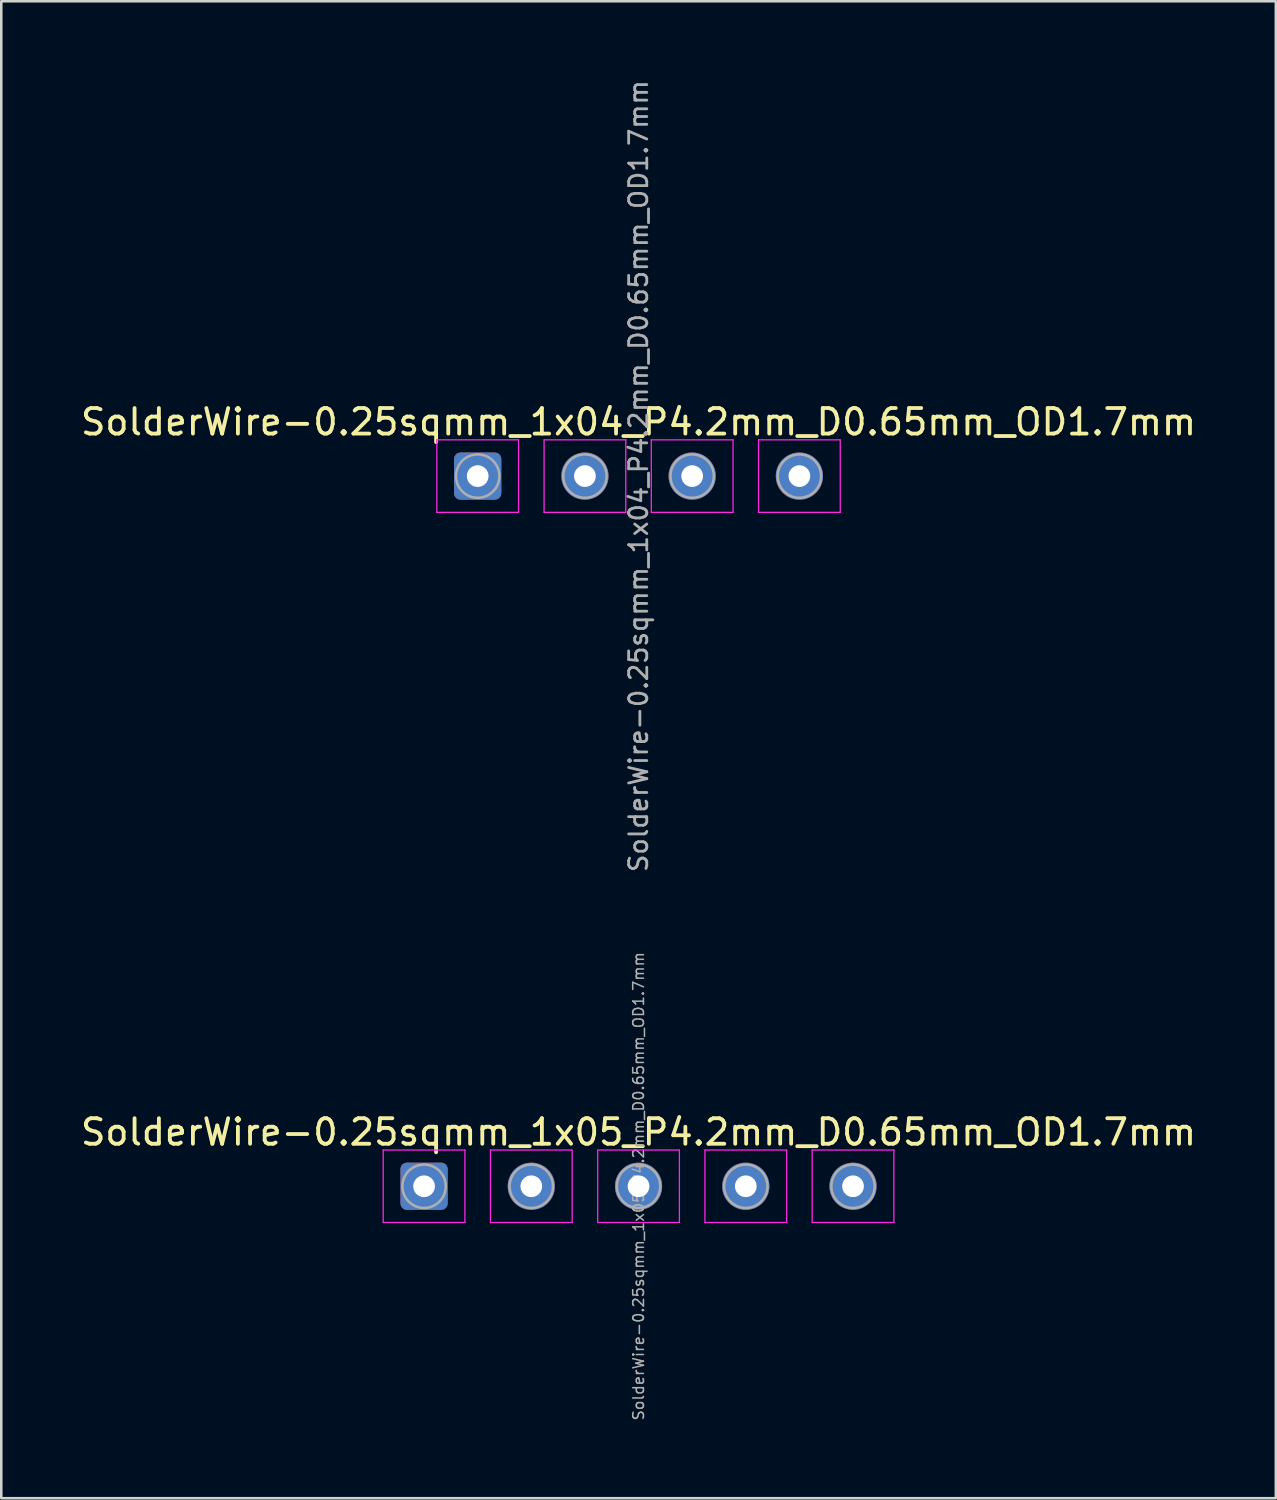
<source format=kicad_pcb>
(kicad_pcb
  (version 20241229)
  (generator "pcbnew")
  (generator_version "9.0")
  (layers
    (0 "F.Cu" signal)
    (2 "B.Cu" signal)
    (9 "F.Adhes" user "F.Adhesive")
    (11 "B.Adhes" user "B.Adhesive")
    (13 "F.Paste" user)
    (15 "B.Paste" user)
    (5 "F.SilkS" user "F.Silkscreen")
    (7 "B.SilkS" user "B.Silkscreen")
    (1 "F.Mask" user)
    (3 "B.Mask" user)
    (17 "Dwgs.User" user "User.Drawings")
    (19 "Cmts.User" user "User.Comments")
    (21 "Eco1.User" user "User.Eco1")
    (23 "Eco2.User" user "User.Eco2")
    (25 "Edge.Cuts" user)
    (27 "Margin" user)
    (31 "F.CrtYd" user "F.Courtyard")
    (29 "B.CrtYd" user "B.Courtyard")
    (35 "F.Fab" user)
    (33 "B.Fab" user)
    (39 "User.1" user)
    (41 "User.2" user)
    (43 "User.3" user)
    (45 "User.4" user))
  (footprint "SolderWire-0.25sqmm_1x04_P4.2mm_D0.65mm_OD1.7mm"
    (layer "F.Cu")
    (at 15.658 15.596)
    (property "Reference" "SolderWire-0.25sqmm_1x04_P4.2mm_D0.65mm_OD1.7mm" (at 6.3 -2.12 0) (layer "F.SilkS") (effects (font (size 1 1) (thickness 0.15))))
    (attr exclude_from_pos_files exclude_from_bom)
    (fp_line (start -1.6 -1.42) (end -1.6 1.42) (stroke (width 0.05) (type solid)) (layer "F.CrtYd"))
    (fp_line (start -1.6 1.42) (end 1.6 1.42) (stroke (width 0.05) (type solid)) (layer "F.CrtYd"))
    (fp_line (start 1.6 -1.42) (end -1.6 -1.42) (stroke (width 0.05) (type solid)) (layer "F.CrtYd"))
    (fp_line (start 1.6 1.42) (end 1.6 -1.42) (stroke (width 0.05) (type solid)) (layer "F.CrtYd"))
    (fp_line (start 2.6 -1.42) (end 2.6 1.42) (stroke (width 0.05) (type solid)) (layer "F.CrtYd"))
    (fp_line (start 2.6 1.42) (end 5.8 1.42) (stroke (width 0.05) (type solid)) (layer "F.CrtYd"))
    (fp_line (start 5.8 -1.42) (end 2.6 -1.42) (stroke (width 0.05) (type solid)) (layer "F.CrtYd"))
    (fp_line (start 5.8 1.42) (end 5.8 -1.42) (stroke (width 0.05) (type solid)) (layer "F.CrtYd"))
    (fp_line (start 6.8 -1.42) (end 6.8 1.42) (stroke (width 0.05) (type solid)) (layer "F.CrtYd"))
    (fp_line (start 6.8 1.42) (end 10 1.42) (stroke (width 0.05) (type solid)) (layer "F.CrtYd"))
    (fp_line (start 10 -1.42) (end 6.8 -1.42) (stroke (width 0.05) (type solid)) (layer "F.CrtYd"))
    (fp_line (start 10 1.42) (end 10 -1.42) (stroke (width 0.05) (type solid)) (layer "F.CrtYd"))
    (fp_line (start 11 -1.42) (end 11 1.42) (stroke (width 0.05) (type solid)) (layer "F.CrtYd"))
    (fp_line (start 11 1.42) (end 14.2 1.42) (stroke (width 0.05) (type solid)) (layer "F.CrtYd"))
    (fp_line (start 14.2 -1.42) (end 11 -1.42) (stroke (width 0.05) (type solid)) (layer "F.CrtYd"))
    (fp_line (start 14.2 1.42) (end 14.2 -1.42) (stroke (width 0.05) (type solid)) (layer "F.CrtYd"))
    (fp_circle (center 0 0) (end 0.85 0) (stroke (width 0.1) (type solid)) (fill no) (layer "F.Fab"))
    (fp_circle (center 4.2 0) (end 5.05 0) (stroke (width 0.1) (type solid)) (fill no) (layer "F.Fab"))
    (fp_circle (center 8.4 0) (end 9.25 0) (stroke (width 0.1) (type solid)) (fill no) (layer "F.Fab"))
    (fp_circle (center 12.6 0) (end 13.45 0) (stroke (width 0.1) (type solid)) (fill no) (layer "F.Fab"))
    (fp_text user "${REFERENCE}" (at 6.3 0 90) (layer "F.Fab") (effects (font (size 0.71 0.71) (thickness 0.11))))
    (pad "1" thru_hole roundrect (at 0 0) (size 1.85 1.85) (drill 0.85) (layers "*.Cu" "*.Mask") (roundrect_rratio 0.135))
    (pad "2" thru_hole circle (at 4.2 0) (size 1.85 1.85) (drill 0.85) (layers "*.Cu" "*.Mask"))
    (pad "3" thru_hole circle (at 8.4 0) (size 1.85 1.85) (drill 0.85) (layers "*.Cu" "*.Mask"))
    (pad "4" thru_hole circle (at 12.6 0) (size 1.85 1.85) (drill 0.85) (layers "*.Cu" "*.Mask")))
  (footprint "SolderWire-0.25sqmm_1x05_P4.2mm_D0.65mm_OD1.7mm"
    (layer "F.Cu")
    (at 13.558 43.409)
    (property "Reference" "SolderWire-0.25sqmm_1x05_P4.2mm_D0.65mm_OD1.7mm" (at 8.4 -2.12 0) (layer "F.SilkS") (effects (font (size 1 1) (thickness 0.15))))
    (attr exclude_from_pos_files exclude_from_bom)
    (fp_line (start -1.6 -1.42) (end -1.6 1.42) (stroke (width 0.05) (type solid)) (layer "F.CrtYd"))
    (fp_line (start -1.6 1.42) (end 1.6 1.42) (stroke (width 0.05) (type solid)) (layer "F.CrtYd"))
    (fp_line (start 1.6 -1.42) (end -1.6 -1.42) (stroke (width 0.05) (type solid)) (layer "F.CrtYd"))
    (fp_line (start 1.6 1.42) (end 1.6 -1.42) (stroke (width 0.05) (type solid)) (layer "F.CrtYd"))
    (fp_line (start 2.6 -1.42) (end 2.6 1.42) (stroke (width 0.05) (type solid)) (layer "F.CrtYd"))
    (fp_line (start 2.6 1.42) (end 5.8 1.42) (stroke (width 0.05) (type solid)) (layer "F.CrtYd"))
    (fp_line (start 5.8 -1.42) (end 2.6 -1.42) (stroke (width 0.05) (type solid)) (layer "F.CrtYd"))
    (fp_line (start 5.8 1.42) (end 5.8 -1.42) (stroke (width 0.05) (type solid)) (layer "F.CrtYd"))
    (fp_line (start 6.8 -1.42) (end 6.8 1.42) (stroke (width 0.05) (type solid)) (layer "F.CrtYd"))
    (fp_line (start 6.8 1.42) (end 10 1.42) (stroke (width 0.05) (type solid)) (layer "F.CrtYd"))
    (fp_line (start 10 -1.42) (end 6.8 -1.42) (stroke (width 0.05) (type solid)) (layer "F.CrtYd"))
    (fp_line (start 10 1.42) (end 10 -1.42) (stroke (width 0.05) (type solid)) (layer "F.CrtYd"))
    (fp_line (start 11 -1.42) (end 11 1.42) (stroke (width 0.05) (type solid)) (layer "F.CrtYd"))
    (fp_line (start 11 1.42) (end 14.2 1.42) (stroke (width 0.05) (type solid)) (layer "F.CrtYd"))
    (fp_line (start 14.2 -1.42) (end 11 -1.42) (stroke (width 0.05) (type solid)) (layer "F.CrtYd"))
    (fp_line (start 14.2 1.42) (end 14.2 -1.42) (stroke (width 0.05) (type solid)) (layer "F.CrtYd"))
    (fp_line (start 15.2 -1.42) (end 15.2 1.42) (stroke (width 0.05) (type solid)) (layer "F.CrtYd"))
    (fp_line (start 15.2 1.42) (end 18.4 1.42) (stroke (width 0.05) (type solid)) (layer "F.CrtYd"))
    (fp_line (start 18.4 -1.42) (end 15.2 -1.42) (stroke (width 0.05) (type solid)) (layer "F.CrtYd"))
    (fp_line (start 18.4 1.42) (end 18.4 -1.42) (stroke (width 0.05) (type solid)) (layer "F.CrtYd"))
    (fp_circle (center 0 0) (end 0.85 0) (stroke (width 0.1) (type solid)) (fill no) (layer "F.Fab"))
    (fp_circle (center 4.2 0) (end 5.05 0) (stroke (width 0.1) (type solid)) (fill no) (layer "F.Fab"))
    (fp_circle (center 8.4 0) (end 9.25 0) (stroke (width 0.1) (type solid)) (fill no) (layer "F.Fab"))
    (fp_circle (center 12.6 0) (end 13.45 0) (stroke (width 0.1) (type solid)) (fill no) (layer "F.Fab"))
    (fp_circle (center 16.8 0) (end 17.65 0) (stroke (width 0.1) (type solid)) (fill no) (layer "F.Fab"))
    (fp_text user "${REFERENCE}" (at 8.4 0 90) (layer "F.Fab") (effects (font (size 0.42 0.42) (thickness 0.06))))
    (pad "1" thru_hole roundrect (at 0 0) (size 1.85 1.85) (drill 0.85) (layers "*.Cu" "*.Mask") (roundrect_rratio 0.135))
    (pad "2" thru_hole circle (at 4.2 0) (size 1.85 1.85) (drill 0.85) (layers "*.Cu" "*.Mask"))
    (pad "3" thru_hole circle (at 8.4 0) (size 1.85 1.85) (drill 0.85) (layers "*.Cu" "*.Mask"))
    (pad "4" thru_hole circle (at 12.6 0) (size 1.85 1.85) (drill 0.85) (layers "*.Cu" "*.Mask"))
    (pad "5" thru_hole circle (at 16.8 0) (size 1.85 1.85) (drill 0.85) (layers "*.Cu" "*.Mask")))
  (gr_rect
    (start -3 -3)
    (end 46.917 55.627)
    (stroke (width 0.1) (type default))
    (fill no)
    (layer "Edge.Cuts")))
</source>
